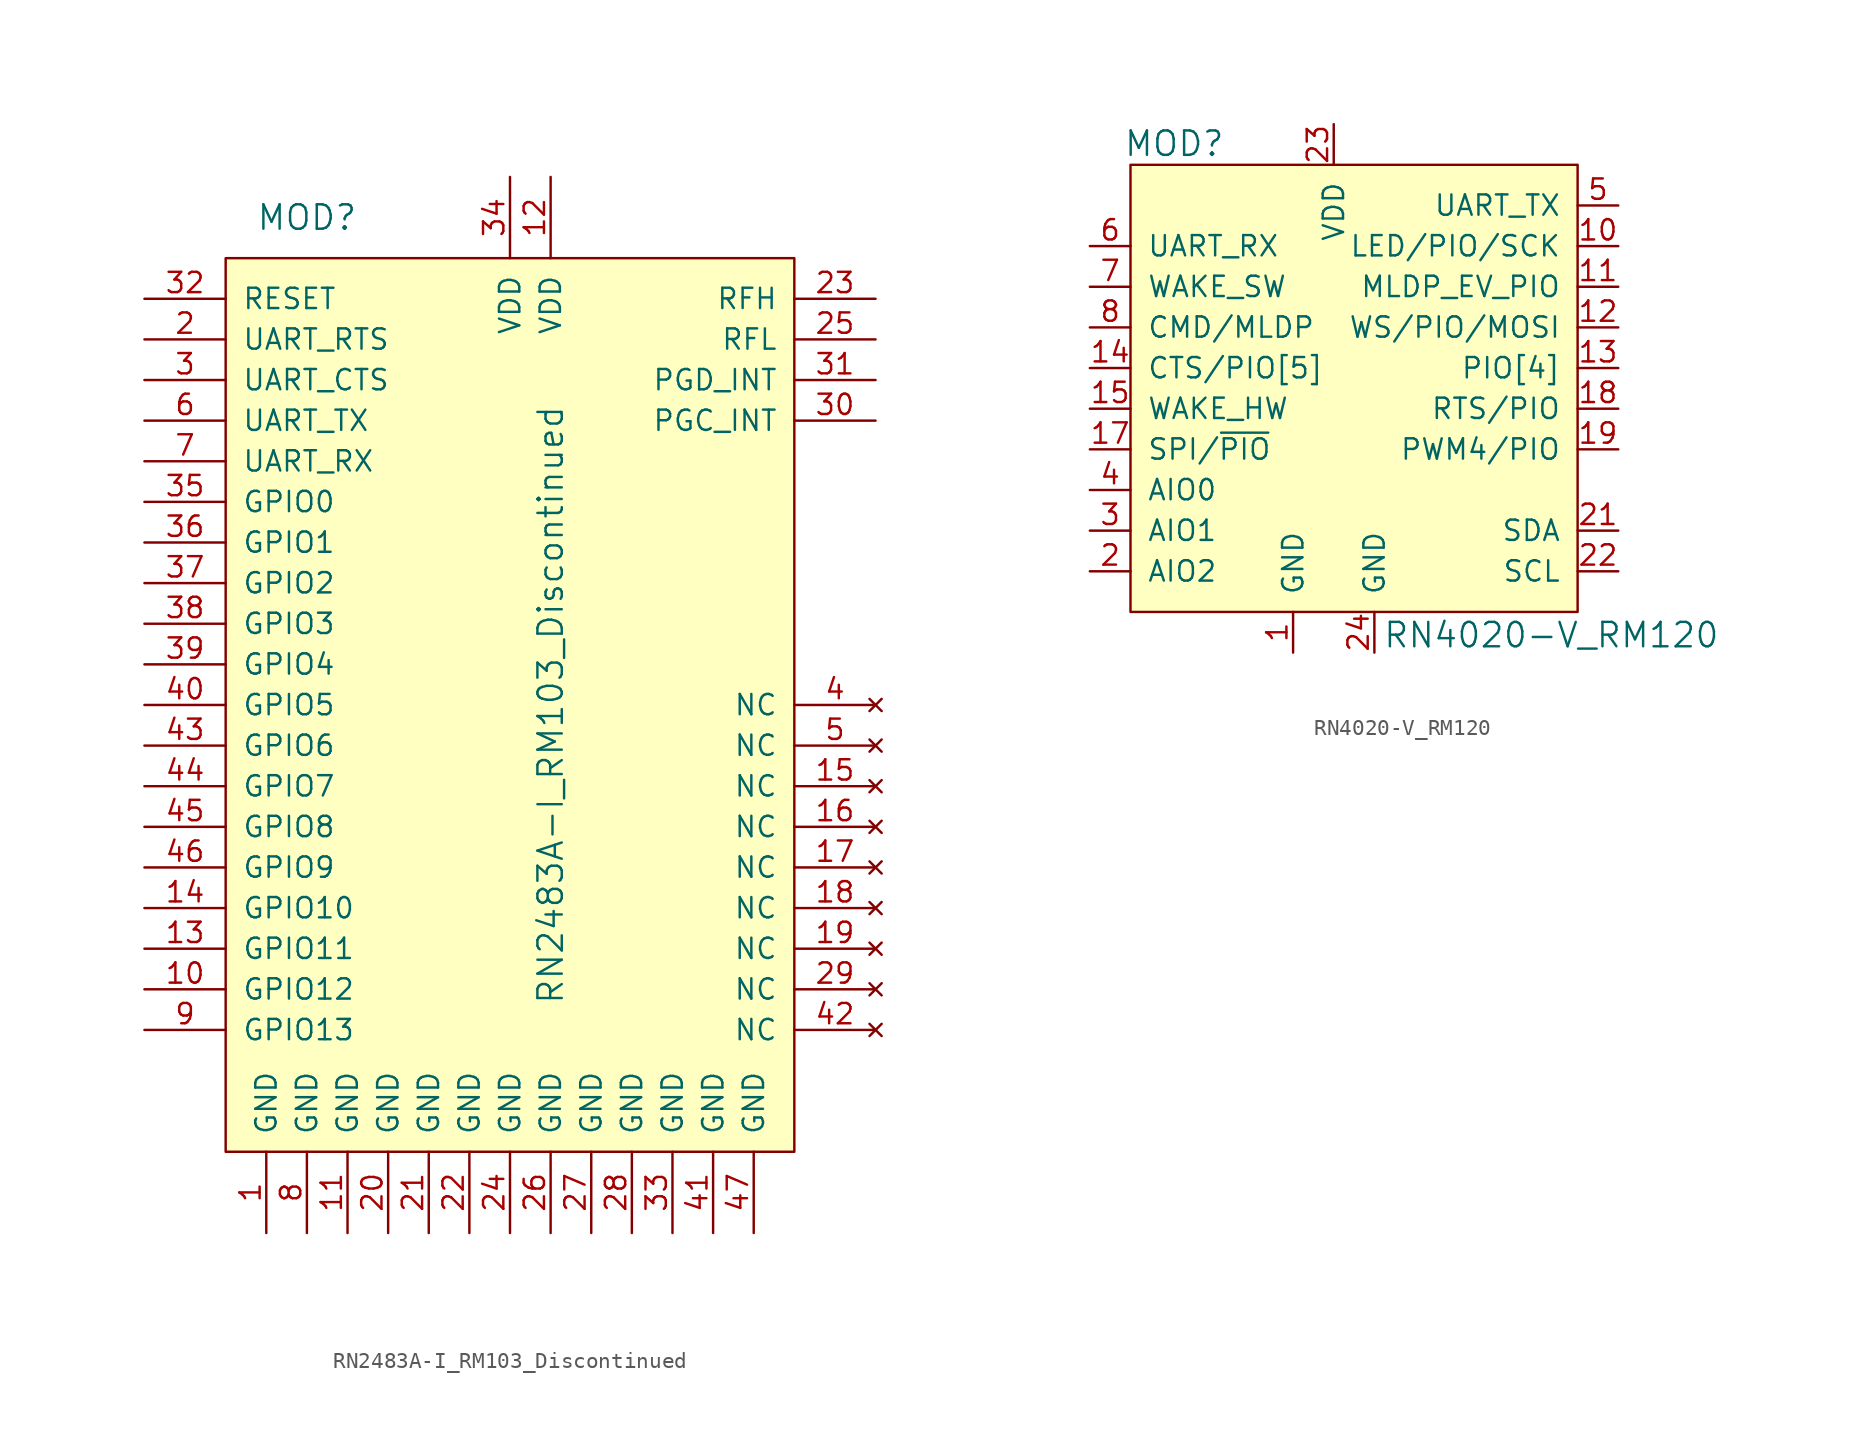
<source format=kicad_sym>
(kicad_symbol_lib
  (version 20231120)
  (generator "kicad_symbol_editor")
  (generator_version "8.0")
  (symbol "RN2483A-I_RM103_Discontinued"
    (pin_names
      (offset 1.016))
    (property "Reference" "MOD"
      (at -12.7 27.94 0)
      (effects (font (size 1.524 1.524))))
    (property "Value" "RN2483A-I_RM103_Discontinued"
      (at 2.54 -2.54 90)
      (effects (font (size 1.524 1.524))))
    (symbol "RN2483A-I_RM103_Discontinued_0_1"
      (rectangle (start -17.78 25.4) (end 17.78 -30.48) (stroke (width 0) (type solid)) (fill (type background))))
    (symbol "RN2483A-I_RM103_Discontinued_1_1"
      (pin power_in line (at -15.24 -35.56 90) (length 5.08) (name "GND" (effects (font (size 1.27 1.27)))) (number "1" (effects (font (size 1.27 1.27)))))
      (pin bidirectional line (at -22.86 -20.32 0) (length 5.08) (name "GPIO12" (effects (font (size 1.27 1.27)))) (number "10" (effects (font (size 1.27 1.27)))))
      (pin power_in line (at -10.16 -35.56 90) (length 5.08) (name "GND" (effects (font (size 1.27 1.27)))) (number "11" (effects (font (size 1.27 1.27)))))
      (pin power_in line (at 2.54 30.48 270) (length 5.08) (name "VDD" (effects (font (size 1.27 1.27)))) (number "12" (effects (font (size 1.27 1.27)))))
      (pin bidirectional line (at -22.86 -17.78 0) (length 5.08) (name "GPIO11" (effects (font (size 1.27 1.27)))) (number "13" (effects (font (size 1.27 1.27)))))
      (pin bidirectional line (at -22.86 -15.24 0) (length 5.08) (name "GPIO10" (effects (font (size 1.27 1.27)))) (number "14" (effects (font (size 1.27 1.27)))))
      (pin no_connect line (at 22.86 -7.62 180) (length 5.08) (name "NC" (effects (font (size 1.27 1.27)))) (number "15" (effects (font (size 1.27 1.27)))))
      (pin no_connect line (at 22.86 -10.16 180) (length 5.08) (name "NC" (effects (font (size 1.27 1.27)))) (number "16" (effects (font (size 1.27 1.27)))))
      (pin no_connect line (at 22.86 -12.7 180) (length 5.08) (name "NC" (effects (font (size 1.27 1.27)))) (number "17" (effects (font (size 1.27 1.27)))))
      (pin no_connect line (at 22.86 -15.24 180) (length 5.08) (name "NC" (effects (font (size 1.27 1.27)))) (number "18" (effects (font (size 1.27 1.27)))))
      (pin no_connect line (at 22.86 -17.78 180) (length 5.08) (name "NC" (effects (font (size 1.27 1.27)))) (number "19" (effects (font (size 1.27 1.27)))))
      (pin output line (at -22.86 20.32 0) (length 5.08) (name "UART_RTS" (effects (font (size 1.27 1.27)))) (number "2" (effects (font (size 1.27 1.27)))))
      (pin power_in line (at -7.62 -35.56 90) (length 5.08) (name "GND" (effects (font (size 1.27 1.27)))) (number "20" (effects (font (size 1.27 1.27)))))
      (pin power_in line (at -5.08 -35.56 90) (length 5.08) (name "GND" (effects (font (size 1.27 1.27)))) (number "21" (effects (font (size 1.27 1.27)))))
      (pin power_in line (at -2.54 -35.56 90) (length 5.08) (name "GND" (effects (font (size 1.27 1.27)))) (number "22" (effects (font (size 1.27 1.27)))))
      (pin output line (at 22.86 22.86 180) (length 5.08) (name "RFH" (effects (font (size 1.27 1.27)))) (number "23" (effects (font (size 1.27 1.27)))))
      (pin power_in line (at 0 -35.56 90) (length 5.08) (name "GND" (effects (font (size 1.27 1.27)))) (number "24" (effects (font (size 1.27 1.27)))))
      (pin output line (at 22.86 20.32 180) (length 5.08) (name "RFL" (effects (font (size 1.27 1.27)))) (number "25" (effects (font (size 1.27 1.27)))))
      (pin power_in line (at 2.54 -35.56 90) (length 5.08) (name "GND" (effects (font (size 1.27 1.27)))) (number "26" (effects (font (size 1.27 1.27)))))
      (pin power_in line (at 5.08 -35.56 90) (length 5.08) (name "GND" (effects (font (size 1.27 1.27)))) (number "27" (effects (font (size 1.27 1.27)))))
      (pin power_in line (at 7.62 -35.56 90) (length 5.08) (name "GND" (effects (font (size 1.27 1.27)))) (number "28" (effects (font (size 1.27 1.27)))))
      (pin no_connect line (at 22.86 -20.32 180) (length 5.08) (name "NC" (effects (font (size 1.27 1.27)))) (number "29" (effects (font (size 1.27 1.27)))))
      (pin input line (at -22.86 17.78 0) (length 5.08) (name "UART_CTS" (effects (font (size 1.27 1.27)))) (number "3" (effects (font (size 1.27 1.27)))))
      (pin bidirectional line (at 22.86 15.24 180) (length 5.08) (name "PGC_INT" (effects (font (size 1.27 1.27)))) (number "30" (effects (font (size 1.27 1.27)))))
      (pin bidirectional line (at 22.86 17.78 180) (length 5.08) (name "PGD_INT" (effects (font (size 1.27 1.27)))) (number "31" (effects (font (size 1.27 1.27)))))
      (pin input line (at -22.86 22.86 0) (length 5.08) (name "RESET" (effects (font (size 1.27 1.27)))) (number "32" (effects (font (size 1.27 1.27)))))
      (pin power_in line (at 10.16 -35.56 90) (length 5.08) (name "GND" (effects (font (size 1.27 1.27)))) (number "33" (effects (font (size 1.27 1.27)))))
      (pin power_in line (at 0 30.48 270) (length 5.08) (name "VDD" (effects (font (size 1.27 1.27)))) (number "34" (effects (font (size 1.27 1.27)))))
      (pin bidirectional line (at -22.86 10.16 0) (length 5.08) (name "GPIO0" (effects (font (size 1.27 1.27)))) (number "35" (effects (font (size 1.27 1.27)))))
      (pin bidirectional line (at -22.86 7.62 0) (length 5.08) (name "GPIO1" (effects (font (size 1.27 1.27)))) (number "36" (effects (font (size 1.27 1.27)))))
      (pin bidirectional line (at -22.86 5.08 0) (length 5.08) (name "GPIO2" (effects (font (size 1.27 1.27)))) (number "37" (effects (font (size 1.27 1.27)))))
      (pin bidirectional line (at -22.86 2.54 0) (length 5.08) (name "GPIO3" (effects (font (size 1.27 1.27)))) (number "38" (effects (font (size 1.27 1.27)))))
      (pin bidirectional line (at -22.86 0 0) (length 5.08) (name "GPIO4" (effects (font (size 1.27 1.27)))) (number "39" (effects (font (size 1.27 1.27)))))
      (pin no_connect line (at 22.86 -2.54 180) (length 5.08) (name "NC" (effects (font (size 1.27 1.27)))) (number "4" (effects (font (size 1.27 1.27)))))
      (pin bidirectional line (at -22.86 -2.54 0) (length 5.08) (name "GPIO5" (effects (font (size 1.27 1.27)))) (number "40" (effects (font (size 1.27 1.27)))))
      (pin power_in line (at 12.7 -35.56 90) (length 5.08) (name "GND" (effects (font (size 1.27 1.27)))) (number "41" (effects (font (size 1.27 1.27)))))
      (pin no_connect line (at 22.86 -22.86 180) (length 5.08) (name "NC" (effects (font (size 1.27 1.27)))) (number "42" (effects (font (size 1.27 1.27)))))
      (pin bidirectional line (at -22.86 -5.08 0) (length 5.08) (name "GPIO6" (effects (font (size 1.27 1.27)))) (number "43" (effects (font (size 1.27 1.27)))))
      (pin bidirectional line (at -22.86 -7.62 0) (length 5.08) (name "GPIO7" (effects (font (size 1.27 1.27)))) (number "44" (effects (font (size 1.27 1.27)))))
      (pin bidirectional line (at -22.86 -10.16 0) (length 5.08) (name "GPIO8" (effects (font (size 1.27 1.27)))) (number "45" (effects (font (size 1.27 1.27)))))
      (pin bidirectional line (at -22.86 -12.7 0) (length 5.08) (name "GPIO9" (effects (font (size 1.27 1.27)))) (number "46" (effects (font (size 1.27 1.27)))))
      (pin power_in line (at 15.24 -35.56 90) (length 5.08) (name "GND" (effects (font (size 1.27 1.27)))) (number "47" (effects (font (size 1.27 1.27)))))
      (pin no_connect line (at 22.86 -5.08 180) (length 5.08) (name "NC" (effects (font (size 1.27 1.27)))) (number "5" (effects (font (size 1.27 1.27)))))
      (pin output line (at -22.86 15.24 0) (length 5.08) (name "UART_TX" (effects (font (size 1.27 1.27)))) (number "6" (effects (font (size 1.27 1.27)))))
      (pin input line (at -22.86 12.7 0) (length 5.08) (name "UART_RX" (effects (font (size 1.27 1.27)))) (number "7" (effects (font (size 1.27 1.27)))))
      (pin power_in line (at -12.7 -35.56 90) (length 5.08) (name "GND" (effects (font (size 1.27 1.27)))) (number "8" (effects (font (size 1.27 1.27)))))
      (pin bidirectional line (at -22.86 -22.86 0) (length 5.08) (name "GPIO13" (effects (font (size 1.27 1.27)))) (number "9" (effects (font (size 1.27 1.27)))))))
  (symbol "RN4020-V_RM120"
    (pin_names
      (offset 1.016))
    (property "Reference" "MOD"
      (at -6.782 14.021 0)
      (effects (font (size 1.524 1.524)) (justify right)))
    (property "Value" "RN4020-V_RM120"
      (at 3.048 -16.688 0)
      (effects (font (size 1.524 1.524)) (justify left)))
    (symbol "RN4020-V_RM120_0_1"
      (rectangle (start -12.7 12.7) (end 15.24 -15.24) (stroke (width 0) (type solid)) (fill (type background))))
    (symbol "RN4020-V_RM120_1_1"
      (pin power_in line (at -2.54 -17.78 90) (length 2.54) (name "GND" (effects (font (size 1.27 1.27)))) (number "1" (effects (font (size 1.27 1.27)))))
      (pin output line (at 17.78 7.62 180) (length 2.54) (name "LED/PIO/SCK" (effects (font (size 1.27 1.27)))) (number "10" (effects (font (size 1.27 1.27)))))
      (pin output line (at 17.78 5.08 180) (length 2.54) (name "MLDP_EV_PIO" (effects (font (size 1.27 1.27)))) (number "11" (effects (font (size 1.27 1.27)))))
      (pin output line (at 17.78 2.54 180) (length 2.54) (name "WS/PIO/MOSI" (effects (font (size 1.27 1.27)))) (number "12" (effects (font (size 1.27 1.27)))))
      (pin bidirectional line (at 17.78 0 180) (length 2.54) (name "PIO[4]" (effects (font (size 1.27 1.27)))) (number "13" (effects (font (size 1.27 1.27)))))
      (pin input line (at -15.24 0 0) (length 2.54) (name "CTS/PIO[5]" (effects (font (size 1.27 1.27)))) (number "14" (effects (font (size 1.27 1.27)))))
      (pin input line (at -15.24 -2.54 0) (length 2.54) (name "WAKE_HW" (effects (font (size 1.27 1.27)))) (number "15" (effects (font (size 1.27 1.27)))))
      (pin input line (at -15.24 -5.08 0) (length 2.54) (name "SPI/~{PIO}" (effects (font (size 1.27 1.27)))) (number "17" (effects (font (size 1.27 1.27)))))
      (pin output line (at 17.78 -2.54 180) (length 2.54) (name "RTS/PIO" (effects (font (size 1.27 1.27)))) (number "18" (effects (font (size 1.27 1.27)))))
      (pin bidirectional line (at 17.78 -5.08 180) (length 2.54) (name "PWM4/PIO" (effects (font (size 1.27 1.27)))) (number "19" (effects (font (size 1.27 1.27)))))
      (pin bidirectional line (at -15.24 -12.7 0) (length 2.54) (name "AIO2" (effects (font (size 1.27 1.27)))) (number "2" (effects (font (size 1.27 1.27)))))
      (pin no_connect line (at 15.24 -7.62 180) (length 2.54) hide (name "RSVD" (effects (font (size 1.27 1.27)))) (number "20" (effects (font (size 1.27 1.27)))))
      (pin bidirectional line (at 17.78 -10.16 180) (length 2.54) (name "SDA" (effects (font (size 1.27 1.27)))) (number "21" (effects (font (size 1.27 1.27)))))
      (pin bidirectional line (at 17.78 -12.7 180) (length 2.54) (name "SCL" (effects (font (size 1.27 1.27)))) (number "22" (effects (font (size 1.27 1.27)))))
      (pin power_in line (at 0 15.24 270) (length 2.54) (name "VDD" (effects (font (size 1.27 1.27)))) (number "23" (effects (font (size 1.27 1.27)))))
      (pin power_in line (at 2.54 -17.78 90) (length 2.54) (name "GND" (effects (font (size 1.27 1.27)))) (number "24" (effects (font (size 1.27 1.27)))))
      (pin bidirectional line (at -15.24 -10.16 0) (length 2.54) (name "AIO1" (effects (font (size 1.27 1.27)))) (number "3" (effects (font (size 1.27 1.27)))))
      (pin bidirectional line (at -15.24 -7.62 0) (length 2.54) (name "AIO0" (effects (font (size 1.27 1.27)))) (number "4" (effects (font (size 1.27 1.27)))))
      (pin output line (at 17.78 10.16 180) (length 2.54) (name "UART_TX" (effects (font (size 1.27 1.27)))) (number "5" (effects (font (size 1.27 1.27)))))
      (pin input line (at -15.24 7.62 0) (length 2.54) (name "UART_RX" (effects (font (size 1.27 1.27)))) (number "6" (effects (font (size 1.27 1.27)))))
      (pin input line (at -15.24 5.08 0) (length 2.54) (name "WAKE_SW" (effects (font (size 1.27 1.27)))) (number "7" (effects (font (size 1.27 1.27)))))
      (pin input line (at -15.24 2.54 0) (length 2.54) (name "CMD/MLDP" (effects (font (size 1.27 1.27)))) (number "8" (effects (font (size 1.27 1.27))))))))
</source>
